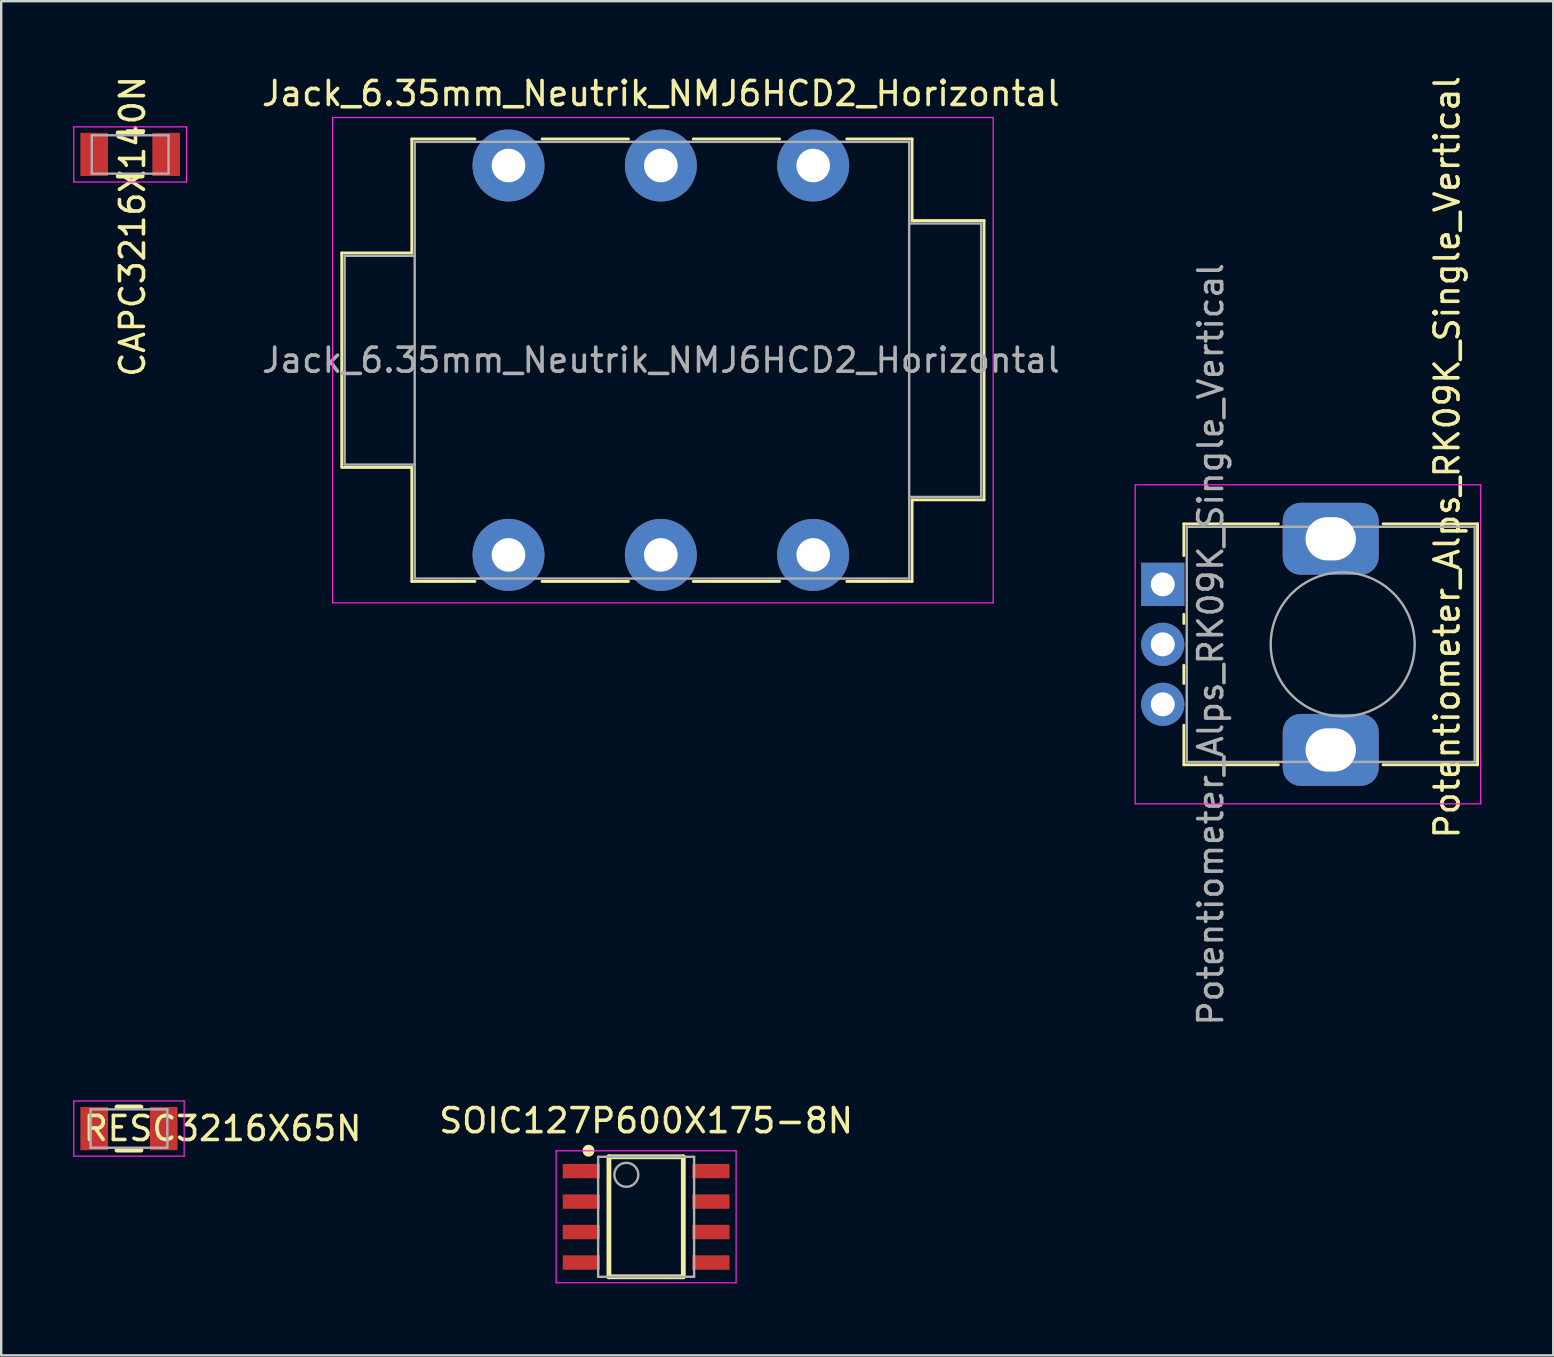
<source format=kicad_pcb>
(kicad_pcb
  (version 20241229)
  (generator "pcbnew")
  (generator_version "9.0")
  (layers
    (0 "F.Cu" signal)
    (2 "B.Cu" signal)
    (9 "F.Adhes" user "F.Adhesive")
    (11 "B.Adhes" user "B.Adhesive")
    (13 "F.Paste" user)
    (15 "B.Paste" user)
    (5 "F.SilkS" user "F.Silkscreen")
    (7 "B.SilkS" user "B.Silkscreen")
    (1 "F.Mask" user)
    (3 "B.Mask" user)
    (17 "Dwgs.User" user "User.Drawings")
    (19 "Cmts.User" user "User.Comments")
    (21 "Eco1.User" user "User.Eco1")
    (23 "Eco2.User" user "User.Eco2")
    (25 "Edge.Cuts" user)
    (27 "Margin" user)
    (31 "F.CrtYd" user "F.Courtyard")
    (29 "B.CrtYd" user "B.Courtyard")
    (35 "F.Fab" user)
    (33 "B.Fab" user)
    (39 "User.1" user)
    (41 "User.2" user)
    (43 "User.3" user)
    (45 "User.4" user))
  (footprint "RESC3216X65N"
    (layer "F.Cu")
    (at 2.325 43.987)
    (property "Reference" "RESC3216X65N" (at 3.9 0 0) (layer "F.SilkS") (effects (font (size 1 1) (thickness 0.15))))
    (attr smd)
    (fp_line (start 0.5 -0.9) (end -0.5 -0.9) (stroke (width 0.2) (type solid)) (layer "F.SilkS"))
    (fp_line (start 0.5 0.9) (end -0.5 0.9) (stroke (width 0.2) (type solid)) (layer "F.SilkS"))
    (fp_line (start -2.3 -1.15) (end -2.3 1.15) (stroke (width 0.05) (type solid)) (layer "F.CrtYd"))
    (fp_line (start 2.3 -1.15) (end -2.3 -1.15) (stroke (width 0.05) (type solid)) (layer "F.CrtYd"))
    (fp_line (start 2.3 -1.15) (end 2.3 1.15) (stroke (width 0.05) (type solid)) (layer "F.CrtYd"))
    (fp_line (start 2.3 1.15) (end -2.3 1.15) (stroke (width 0.05) (type solid)) (layer "F.CrtYd"))
    (fp_line (start -1.6 -0.8) (end -1.6 0.8) (stroke (width 0.1) (type solid)) (layer "F.Fab"))
    (fp_line (start 1.6 -0.8) (end -1.6 -0.8) (stroke (width 0.1) (type solid)) (layer "F.Fab"))
    (fp_line (start 1.6 -0.8) (end 1.6 0.8) (stroke (width 0.1) (type solid)) (layer "F.Fab"))
    (fp_line (start 1.6 0.8) (end -1.6 0.8) (stroke (width 0.1) (type solid)) (layer "F.Fab"))
    (pad "1" smd rect (at -1.45 0 180) (size 1.15 1.8) (layers "F.Cu" "F.Mask" "F.Paste"))
    (pad "2" smd rect (at 1.45 0 180) (size 1.15 1.8) (layers "F.Cu" "F.Mask" "F.Paste")))
  (footprint "Jack_6.35mm_Neutrik_NMJ6HCD2_Horizontal"
    (layer "F.Cu")
    (at 18.144 3.848)
    (property "Reference" "Jack_6.35mm_Neutrik_NMJ6HCD2_Horizontal" (at 6.35 -3 180) (layer "F.SilkS") (effects (font (size 1 1) (thickness 0.15))))
    (attr through_hole)
    (fp_line (start -6.95 3.645) (end -4.03 3.645) (stroke (width 0.12) (type solid)) (layer "F.SilkS"))
    (fp_line (start -6.95 12.545) (end -6.95 3.645) (stroke (width 0.12) (type solid)) (layer "F.SilkS"))
    (fp_line (start -6.95 12.585) (end -4.03 12.585) (stroke (width 0.12) (type solid)) (layer "F.SilkS"))
    (fp_line (start -4.03 -1.105) (end -1.4 -1.105) (stroke (width 0.12) (type solid)) (layer "F.SilkS"))
    (fp_line (start -4.03 3.645) (end -4.03 -1.105) (stroke (width 0.12) (type solid)) (layer "F.SilkS"))
    (fp_line (start -4.03 17.335) (end -4.03 12.585) (stroke (width 0.12) (type solid)) (layer "F.SilkS"))
    (fp_line (start -1.4 17.335) (end -4.03 17.335) (stroke (width 0.12) (type solid)) (layer "F.SilkS"))
    (fp_line (start 1.4 -1.105) (end 5 -1.105) (stroke (width 0.12) (type solid)) (layer "F.SilkS"))
    (fp_line (start 5 17.335) (end 1.4 17.335) (stroke (width 0.12) (type solid)) (layer "F.SilkS"))
    (fp_line (start 7.7 -1.105) (end 11.3 -1.105) (stroke (width 0.12) (type solid)) (layer "F.SilkS"))
    (fp_line (start 11.3 17.335) (end 7.7 17.335) (stroke (width 0.12) (type solid)) (layer "F.SilkS"))
    (fp_line (start 16.82 -1.105) (end 14.1 -1.105) (stroke (width 0.12) (type solid)) (layer "F.SilkS"))
    (fp_line (start 16.82 2.295) (end 16.82 -1.105) (stroke (width 0.12) (type solid)) (layer "F.SilkS"))
    (fp_line (start 16.82 2.295) (end 19.82 2.295) (stroke (width 0.12) (type solid)) (layer "F.SilkS"))
    (fp_line (start 16.82 13.935) (end 19.82 13.935) (stroke (width 0.12) (type solid)) (layer "F.SilkS"))
    (fp_line (start 16.82 17.335) (end 14.1 17.335) (stroke (width 0.12) (type solid)) (layer "F.SilkS"))
    (fp_line (start 16.82 17.335) (end 16.82 13.935) (stroke (width 0.12) (type solid)) (layer "F.SilkS"))
    (fp_line (start 19.82 13.935) (end 19.82 2.295) (stroke (width 0.12) (type solid)) (layer "F.SilkS"))
    (fp_line (start -7.33 18.23) (end -7.33 -2) (stroke (width 0.05) (type solid)) (layer "F.CrtYd"))
    (fp_line (start -7.33 18.23) (end 20.2 18.23) (stroke (width 0.05) (type solid)) (layer "F.CrtYd"))
    (fp_line (start 20.2 -2) (end -7.33 -2) (stroke (width 0.05) (type solid)) (layer "F.CrtYd"))
    (fp_line (start 20.2 18.23) (end 20.2 -2) (stroke (width 0.05) (type solid)) (layer "F.CrtYd"))
    (fp_line (start -6.83 3.765) (end -3.91 3.765) (stroke (width 0.1) (type solid)) (layer "F.Fab"))
    (fp_line (start -6.83 12.465) (end -6.83 3.765) (stroke (width 0.1) (type solid)) (layer "F.Fab"))
    (fp_line (start -6.83 12.465) (end -3.91 12.465) (stroke (width 0.1) (type solid)) (layer "F.Fab"))
    (fp_line (start -3.91 17.215) (end -3.91 -0.985) (stroke (width 0.1) (type solid)) (layer "F.Fab"))
    (fp_line (start 16.7 -0.985) (end -3.91 -0.985) (stroke (width 0.1) (type solid)) (layer "F.Fab"))
    (fp_line (start 16.7 17.215) (end -3.91 17.215) (stroke (width 0.1) (type solid)) (layer "F.Fab"))
    (fp_line (start 16.7 17.215) (end 16.7 -0.985) (stroke (width 0.1) (type solid)) (layer "F.Fab"))
    (fp_line (start 19.7 2.415) (end 16.7 2.415) (stroke (width 0.1) (type solid)) (layer "F.Fab"))
    (fp_line (start 19.7 13.815) (end 16.7 13.815) (stroke (width 0.1) (type solid)) (layer "F.Fab"))
    (fp_line (start 19.7 13.815) (end 19.7 2.415) (stroke (width 0.1) (type solid)) (layer "F.Fab"))
    (fp_text user "${REFERENCE}" (at 6.35 8.115 180) (layer "F.Fab") (effects (font (size 1 1) (thickness 0.15))))
    (pad "R" thru_hole circle (at 6.35 0) (size 3 3) (drill 1.4) (layers "*.Cu" "*.Mask"))
    (pad "RN" thru_hole circle (at 6.35 16.23) (size 3 3) (drill 1.4) (layers "*.Cu" "*.Mask"))
    (pad "S" thru_hole circle (at 12.7 0) (size 3 3) (drill 1.4) (layers "*.Cu" "*.Mask"))
    (pad "SN" thru_hole circle (at 12.7 16.23) (size 3 3) (drill 1.4) (layers "*.Cu" "*.Mask"))
    (pad "T" thru_hole circle (at 0 0) (size 3 3) (drill 1.4) (layers "*.Cu" "*.Mask"))
    (pad "TN" thru_hole circle (at 0 16.23) (size 3 3) (drill 1.4) (layers "*.Cu" "*.Mask")))
  (footprint "SOIC127P600X175-8N"
    (layer "F.Cu")
    (at 23.88 47.666)
    (property "Reference" "SOIC127P600X175-8N" (at 0 -4.006 0) (layer "F.SilkS") (effects (font (size 1 1) (thickness 0.15))))
    (attr smd)
    (fp_line (start -1.55 -2.5) (end -1.55 2.5) (stroke (width 0.2) (type solid)) (layer "F.SilkS"))
    (fp_line (start 1.55 -2.5) (end -1.55 -2.5) (stroke (width 0.2) (type solid)) (layer "F.SilkS"))
    (fp_line (start 1.55 -2.5) (end 1.55 2.5) (stroke (width 0.2) (type solid)) (layer "F.SilkS"))
    (fp_line (start 1.55 2.5) (end -1.55 2.5) (stroke (width 0.2) (type solid)) (layer "F.SilkS"))
    (fp_circle (center -2.4 -2.755) (end -2.275 -2.755) (stroke (width 0.25) (type solid)) (fill no) (layer "F.SilkS"))
    (fp_line (start -3.75 -2.75) (end -3.75 2.75) (stroke (width 0.05) (type solid)) (layer "F.CrtYd"))
    (fp_line (start 3.75 -2.75) (end -3.75 -2.75) (stroke (width 0.05) (type solid)) (layer "F.CrtYd"))
    (fp_line (start 3.75 -2.75) (end 3.75 2.75) (stroke (width 0.05) (type solid)) (layer "F.CrtYd"))
    (fp_line (start 3.75 2.75) (end -3.75 2.75) (stroke (width 0.05) (type solid)) (layer "F.CrtYd"))
    (fp_line (start -2 -2.5) (end -2 2.5) (stroke (width 0.1) (type solid)) (layer "F.Fab"))
    (fp_line (start 2 -2.5) (end -2 -2.5) (stroke (width 0.1) (type solid)) (layer "F.Fab"))
    (fp_line (start 2 -2.5) (end 2 2.5) (stroke (width 0.1) (type solid)) (layer "F.Fab"))
    (fp_line (start 2 2.5) (end -2 2.5) (stroke (width 0.1) (type solid)) (layer "F.Fab"))
    (fp_circle (center -0.825 -1.75) (end -0.325 -1.75) (stroke (width 0.1) (type solid)) (fill no) (layer "F.Fab"))
    (pad "1" smd rect (at -2.7 -1.905 270) (size 0.6 1.55) (layers "F.Cu" "F.Mask" "F.Paste"))
    (pad "2" smd rect (at -2.7 -0.635 270) (size 0.6 1.55) (layers "F.Cu" "F.Mask" "F.Paste"))
    (pad "3" smd rect (at -2.7 0.635 270) (size 0.6 1.55) (layers "F.Cu" "F.Mask" "F.Paste"))
    (pad "4" smd rect (at -2.7 1.905 270) (size 0.6 1.55) (layers "F.Cu" "F.Mask" "F.Paste"))
    (pad "5" smd rect (at 2.7 1.905 270) (size 0.6 1.55) (layers "F.Cu" "F.Mask" "F.Paste"))
    (pad "6" smd rect (at 2.7 0.635 270) (size 0.6 1.55) (layers "F.Cu" "F.Mask" "F.Paste"))
    (pad "7" smd rect (at 2.7 -0.635 270) (size 0.6 1.55) (layers "F.Cu" "F.Mask" "F.Paste"))
    (pad "8" smd rect (at 2.7 -1.905 270) (size 0.6 1.55) (layers "F.Cu" "F.Mask" "F.Paste")))
  (footprint "CAPC3216X140N"
    (layer "F.Cu")
    (at 2.375 3.387)
    (property "Reference" "CAPC3216X140N" (at 0.1 3 90) (layer "F.SilkS") (effects (font (size 1 1) (thickness 0.15))))
    (attr smd)
    (fp_line (start 0.5 -0.9) (end -0.5 -0.9) (stroke (width 0.2) (type solid)) (layer "F.SilkS"))
    (fp_line (start 0.5 0.9) (end -0.5 0.9) (stroke (width 0.2) (type solid)) (layer "F.SilkS"))
    (fp_line (start -2.35 -1.15) (end -2.35 1.15) (stroke (width 0.05) (type solid)) (layer "F.CrtYd"))
    (fp_line (start 2.35 -1.15) (end -2.35 -1.15) (stroke (width 0.05) (type solid)) (layer "F.CrtYd"))
    (fp_line (start 2.35 -1.15) (end 2.35 1.15) (stroke (width 0.05) (type solid)) (layer "F.CrtYd"))
    (fp_line (start 2.35 1.15) (end -2.35 1.15) (stroke (width 0.05) (type solid)) (layer "F.CrtYd"))
    (fp_line (start -1.6 -0.8) (end -1.6 0.8) (stroke (width 0.1) (type solid)) (layer "F.Fab"))
    (fp_line (start 1.6 -0.8) (end -1.6 -0.8) (stroke (width 0.1) (type solid)) (layer "F.Fab"))
    (fp_line (start 1.6 -0.8) (end 1.6 0.8) (stroke (width 0.1) (type solid)) (layer "F.Fab"))
    (fp_line (start 1.6 0.8) (end -1.6 0.8) (stroke (width 0.1) (type solid)) (layer "F.Fab"))
    (pad "1" smd rect (at -1.5 0 180) (size 1.15 1.8) (layers "F.Cu" "F.Mask" "F.Paste"))
    (pad "2" smd rect (at 1.5 0 180) (size 1.15 1.8) (layers "F.Cu" "F.Mask" "F.Paste")))
  (footprint "Potentiometer_Alps_RK09K_Single_Vertical"
    (layer "F.Cu")
    (at 45.413 21.306)
    (property "Reference" "Potentiometer_Alps_RK09K_Single_Vertical" (at 11.85 -5.3 270) (layer "F.SilkS") (effects (font (size 1 1) (thickness 0.15))))
    (attr through_hole)
    (fp_line (start 0.88 -2.521) (end 0.88 -1.2) (stroke (width 0.12) (type solid)) (layer "F.SilkS"))
    (fp_line (start 0.88 -2.521) (end 4.817 -2.521) (stroke (width 0.12) (type solid)) (layer "F.SilkS"))
    (fp_line (start 0.88 1.25) (end 0.88 1.63) (stroke (width 0.12) (type solid)) (layer "F.SilkS"))
    (fp_line (start 0.88 3.371) (end 0.88 4.13) (stroke (width 0.12) (type solid)) (layer "F.SilkS"))
    (fp_line (start 0.88 5.87) (end 0.88 7.52) (stroke (width 0.12) (type solid)) (layer "F.SilkS"))
    (fp_line (start 0.88 7.52) (end 4.817 7.52) (stroke (width 0.12) (type solid)) (layer "F.SilkS"))
    (fp_line (start 9.184 -2.521) (end 13.12 -2.521) (stroke (width 0.12) (type solid)) (layer "F.SilkS"))
    (fp_line (start 9.184 7.52) (end 13.12 7.52) (stroke (width 0.12) (type solid)) (layer "F.SilkS"))
    (fp_line (start 13.12 -2.521) (end 13.12 7.52) (stroke (width 0.12) (type solid)) (layer "F.SilkS"))
    (fp_line (start -1.15 -4.15) (end -1.15 9.15) (stroke (width 0.05) (type solid)) (layer "F.CrtYd"))
    (fp_line (start -1.15 9.15) (end 13.25 9.15) (stroke (width 0.05) (type solid)) (layer "F.CrtYd"))
    (fp_line (start 13.25 -4.15) (end -1.15 -4.15) (stroke (width 0.05) (type solid)) (layer "F.CrtYd"))
    (fp_line (start 13.25 9.15) (end 13.25 -4.15) (stroke (width 0.05) (type solid)) (layer "F.CrtYd"))
    (fp_line (start 1 -2.4) (end 1 7.4) (stroke (width 0.1) (type solid)) (layer "F.Fab"))
    (fp_line (start 1 7.4) (end 13 7.4) (stroke (width 0.1) (type solid)) (layer "F.Fab"))
    (fp_line (start 13 -2.4) (end 1 -2.4) (stroke (width 0.1) (type solid)) (layer "F.Fab"))
    (fp_line (start 13 7.4) (end 13 -2.4) (stroke (width 0.1) (type solid)) (layer "F.Fab"))
    (fp_circle (center 7.5 2.5) (end 10.5 2.5) (stroke (width 0.1) (type solid)) (fill no) (layer "F.Fab"))
    (fp_text user "${REFERENCE}" (at 2 2.5 90) (layer "F.Fab") (effects (font (size 1 1) (thickness 0.15))))
    (pad "1" thru_hole rect (at 0 0) (size 1.8 1.8) (drill 1) (layers "*.Cu" "*.Mask"))
    (pad "2" thru_hole circle (at 0 2.5) (size 1.8 1.8) (drill 1) (layers "*.Cu" "*.Mask"))
    (pad "3" thru_hole circle (at 0 5) (size 1.8 1.8) (drill 1) (layers "*.Cu" "*.Mask"))
    (pad "MP" thru_hole roundrect (at 7 -1.9) (size 4 3) (drill oval 2.1 1.8) (layers "*.Cu" "*.Mask") (roundrect_rratio 0.25))
    (pad "MP" thru_hole roundrect (at 7 6.9) (size 4 3) (drill oval 2.1 1.8) (layers "*.Cu" "*.Mask") (roundrect_rratio 0.25)))
  (gr_rect
    (start -3 -3)
    (end 61.688 53.441)
    (stroke (width 0.1) (type default))
    (fill no)
    (layer "Edge.Cuts")))
</source>
